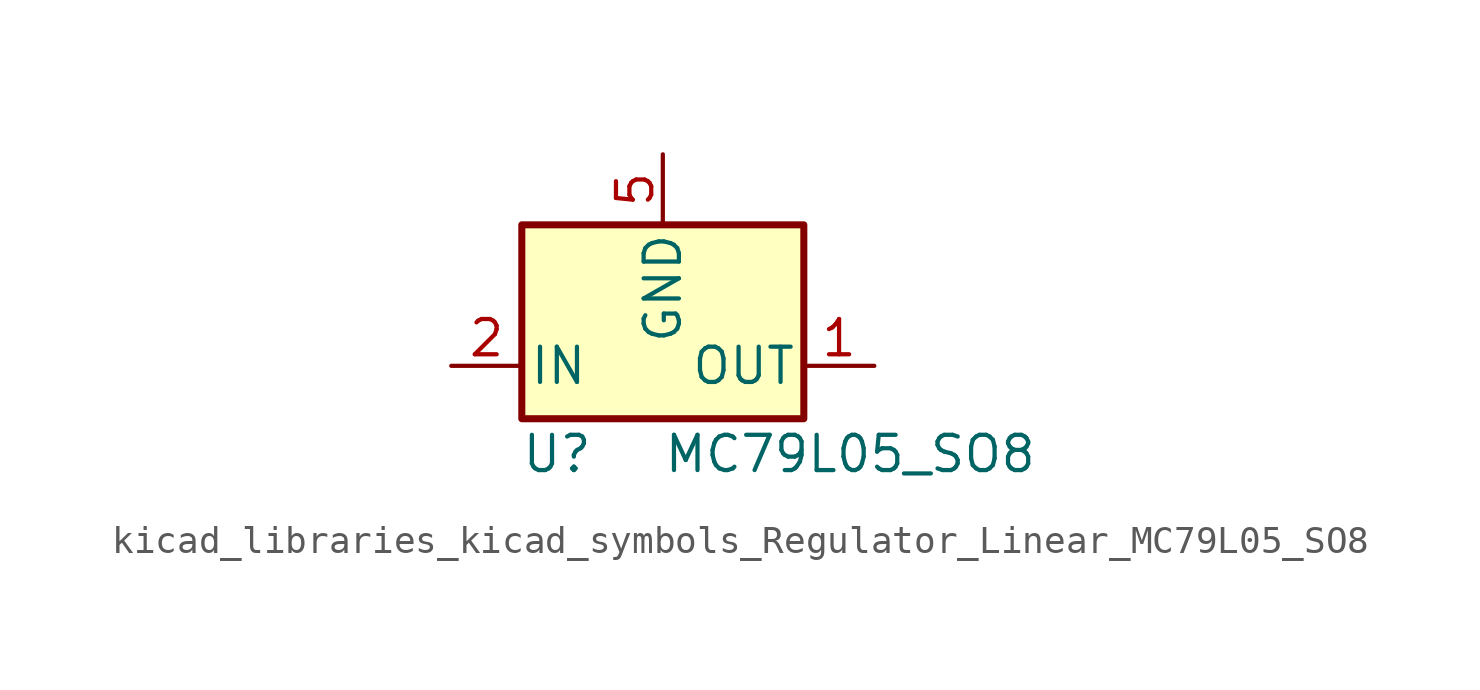
<source format=kicad_sym>
(kicad_symbol_lib
  (version 20220914)
  (generator kicad_symbol_editor)
  (symbol "kicad_libraries_kicad_symbols_Regulator_Linear_MC79L05_SO8"
    (pin_names
      (offset 0.254))
    (property "Reference" "U"
      (at -3.81 -3.175 0)
      (effects (font (size 1.27 1.27))))
    (property "Value" "MC79L05_SO8"
      (at 0 -3.175 0)
      (effects (font (size 1.27 1.27)) (justify left)))
    (symbol "kicad_libraries_kicad_symbols_Regulator_Linear_MC79L05_SO8_0_1"
      (rectangle (start -5.08 5.08) (end 5.08 -1.905) (stroke (width 0.254) (type default)) (fill (type background))))
    (symbol "kicad_libraries_kicad_symbols_Regulator_Linear_MC79L05_SO8_1_1"
      (pin power_out line (at 7.62 0 180) (length 2.54) (name "OUT" (effects (font (size 1.27 1.27)))) (number "1" (effects (font (size 1.27 1.27)))))
      (pin power_in line (at -7.62 0 0) (length 2.54) (name "IN" (effects (font (size 1.27 1.27)))) (number "2" (effects (font (size 1.27 1.27)))))
      (pin passive line (at -7.62 0 0) (length 2.54) hide (name "IN" (effects (font (size 1.27 1.27)))) (number "3" (effects (font (size 1.27 1.27)))))
      (pin no_connect line (at 5.08 2.54 180) (length 2.54) hide (name "NC" (effects (font (size 1.27 1.27)))) (number "4" (effects (font (size 1.27 1.27)))))
      (pin power_in line (at 0 7.62 270) (length 2.54) (name "GND" (effects (font (size 1.27 1.27)))) (number "5" (effects (font (size 1.27 1.27)))))
      (pin passive line (at -7.62 0 0) (length 2.54) hide (name "IN" (effects (font (size 1.27 1.27)))) (number "6" (effects (font (size 1.27 1.27)))))
      (pin passive line (at -7.62 0 0) (length 2.54) hide (name "IN" (effects (font (size 1.27 1.27)))) (number "7" (effects (font (size 1.27 1.27)))))
      (pin no_connect line (at -5.08 2.54 0) (length 2.54) hide (name "NC" (effects (font (size 1.27 1.27)))) (number "8" (effects (font (size 1.27 1.27))))))))
</source>
